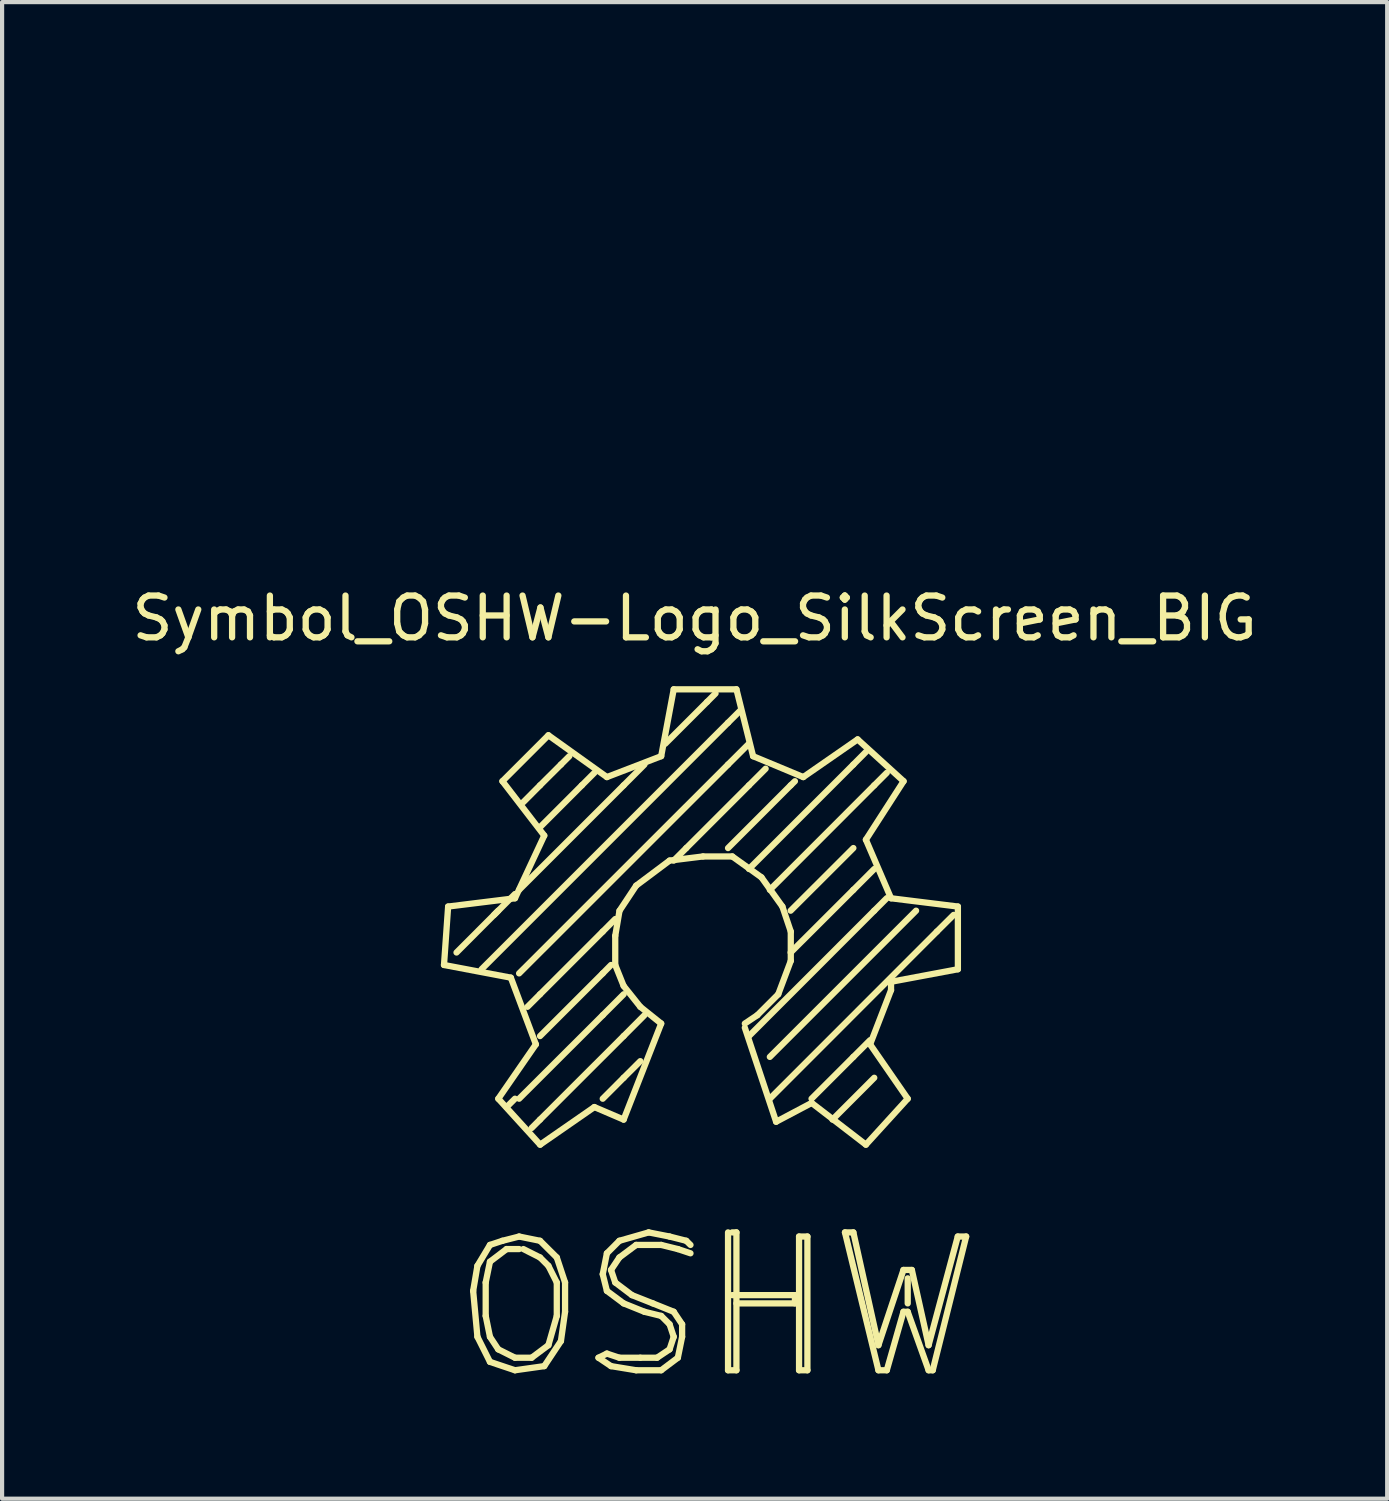
<source format=kicad_pcb>
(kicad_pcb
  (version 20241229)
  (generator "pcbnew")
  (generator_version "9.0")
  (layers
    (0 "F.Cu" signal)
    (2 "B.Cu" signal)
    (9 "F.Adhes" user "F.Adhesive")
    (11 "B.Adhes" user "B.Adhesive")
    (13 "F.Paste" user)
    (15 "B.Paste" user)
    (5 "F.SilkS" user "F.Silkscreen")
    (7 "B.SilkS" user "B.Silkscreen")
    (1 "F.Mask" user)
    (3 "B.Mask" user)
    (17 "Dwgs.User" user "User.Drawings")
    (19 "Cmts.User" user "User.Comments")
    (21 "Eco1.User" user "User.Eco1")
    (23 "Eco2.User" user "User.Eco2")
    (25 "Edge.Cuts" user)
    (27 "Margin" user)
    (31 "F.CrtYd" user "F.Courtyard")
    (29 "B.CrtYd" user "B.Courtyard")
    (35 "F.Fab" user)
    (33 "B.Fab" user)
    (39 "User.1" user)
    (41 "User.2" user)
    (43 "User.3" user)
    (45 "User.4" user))
  (footprint "Symbol_OSHW-Logo_SilkScreen_BIG"
    (layer "F.Cu")
    (at 13.877 0.25)
    (property "Reference" "Symbol_OSHW-Logo_SilkScreen_BIG" (at -0.3 11.501 0) (layer "F.SilkS") (effects (font (size 1 1) (thickness 0.15))))
    (attr through_hole)
    (fp_line (start -6.299 19.799) (end -4.699 20.102) (stroke (width 0.15) (type solid)) (layer "F.SilkS"))
    (fp_line (start -6.2 18.4) (end -6.299 19.799) (stroke (width 0.15) (type solid)) (layer "F.SilkS"))
    (fp_line (start -5.601 27.6) (end -5.499 28.699) (stroke (width 0.15) (type solid)) (layer "F.SilkS"))
    (fp_line (start -5.499 27) (end -5.601 27.6) (stroke (width 0.15) (type solid)) (layer "F.SilkS"))
    (fp_line (start -5.499 28.699) (end -5.199 29.299) (stroke (width 0.15) (type solid)) (layer "F.SilkS"))
    (fp_line (start -5.301 27.399) (end -5.301 28.199) (stroke (width 0.15) (type solid)) (layer "F.SilkS"))
    (fp_line (start -5.301 28.199) (end -5.199 28.699) (stroke (width 0.15) (type solid)) (layer "F.SilkS"))
    (fp_line (start -5.199 26.5) (end -5.499 27) (stroke (width 0.15) (type solid)) (layer "F.SilkS"))
    (fp_line (start -5.199 26.901) (end -5.301 27.399) (stroke (width 0.15) (type solid)) (layer "F.SilkS"))
    (fp_line (start -5.199 28.699) (end -5.001 28.999) (stroke (width 0.15) (type solid)) (layer "F.SilkS"))
    (fp_line (start -5.199 29.299) (end -4.6 29.5) (stroke (width 0.15) (type solid)) (layer "F.SilkS"))
    (fp_line (start -5.1 18.6) (end -4.6 18.1) (stroke (width 0.15) (type solid)) (layer "F.SilkS"))
    (fp_line (start -5.001 18.499) (end -5.999 19.5) (stroke (width 0.15) (type solid)) (layer "F.SilkS"))
    (fp_line (start -5.001 28.999) (end -4.6 29.2) (stroke (width 0.15) (type solid)) (layer "F.SilkS"))
    (fp_line (start -4.999 23) (end -3.998 24.1) (stroke (width 0.15) (type solid)) (layer "F.SilkS"))
    (fp_line (start -4.9 15.4) (end -3.899 16.701) (stroke (width 0.15) (type solid)) (layer "F.SilkS"))
    (fp_line (start -4.9 26.401) (end -5.199 26.5) (stroke (width 0.15) (type solid)) (layer "F.SilkS"))
    (fp_line (start -4.801 26.599) (end -5.199 26.901) (stroke (width 0.15) (type solid)) (layer "F.SilkS"))
    (fp_line (start -4.699 20.102) (end -4.1 21.699) (stroke (width 0.15) (type solid)) (layer "F.SilkS"))
    (fp_line (start -4.6 18.202) (end -6.2 18.4) (stroke (width 0.15) (type solid)) (layer "F.SilkS"))
    (fp_line (start -4.6 23) (end -4.801 23.2) (stroke (width 0.15) (type solid)) (layer "F.SilkS"))
    (fp_line (start -4.6 29.2) (end -4.201 29.2) (stroke (width 0.15) (type solid)) (layer "F.SilkS"))
    (fp_line (start -4.6 29.5) (end -3.899 29.401) (stroke (width 0.15) (type solid)) (layer "F.SilkS"))
    (fp_line (start -4.501 26.299) (end -4.9 26.401) (stroke (width 0.15) (type solid)) (layer "F.SilkS"))
    (fp_line (start -4.501 26.599) (end -4.801 26.599) (stroke (width 0.15) (type solid)) (layer "F.SilkS"))
    (fp_line (start -4.201 29.2) (end -3.8 28.9) (stroke (width 0.15) (type solid)) (layer "F.SilkS"))
    (fp_line (start -4.1 21.699) (end -4.999 23) (stroke (width 0.15) (type solid)) (layer "F.SilkS"))
    (fp_line (start -4 15.499) (end -4.399 15.9) (stroke (width 0.15) (type solid)) (layer "F.SilkS"))
    (fp_line (start -4 20.5) (end -4.3 20.8) (stroke (width 0.15) (type solid)) (layer "F.SilkS"))
    (fp_line (start -4 23.5) (end -4.201 23.701) (stroke (width 0.15) (type solid)) (layer "F.SilkS"))
    (fp_line (start -4 26.401) (end -4.501 26.299) (stroke (width 0.15) (type solid)) (layer "F.SilkS"))
    (fp_line (start -4 26.8) (end -4.399 26.599) (stroke (width 0.15) (type solid)) (layer "F.SilkS"))
    (fp_line (start -3.998 24.1) (end -2.7 23.2) (stroke (width 0.15) (type solid)) (layer "F.SilkS"))
    (fp_line (start -3.899 16.701) (end -4.6 18.202) (stroke (width 0.15) (type solid)) (layer "F.SilkS"))
    (fp_line (start -3.899 29.401) (end -3.5 28.801) (stroke (width 0.15) (type solid)) (layer "F.SilkS"))
    (fp_line (start -3.8 14.3) (end -4.9 15.4) (stroke (width 0.15) (type solid)) (layer "F.SilkS"))
    (fp_line (start -3.8 27) (end -4 26.8) (stroke (width 0.15) (type solid)) (layer "F.SilkS"))
    (fp_line (start -3.8 28.9) (end -3.599 28.199) (stroke (width 0.15) (type solid)) (layer "F.SilkS"))
    (fp_line (start -3.599 26.8) (end -4 26.401) (stroke (width 0.15) (type solid)) (layer "F.SilkS"))
    (fp_line (start -3.599 27.399) (end -3.8 27) (stroke (width 0.15) (type solid)) (layer "F.SilkS"))
    (fp_line (start -3.599 28.199) (end -3.599 27.399) (stroke (width 0.15) (type solid)) (layer "F.SilkS"))
    (fp_line (start -3.5 15.001) (end -4 15.499) (stroke (width 0.15) (type solid)) (layer "F.SilkS"))
    (fp_line (start -3.5 15.001) (end -3.299 14.801) (stroke (width 0.15) (type solid)) (layer "F.SilkS"))
    (fp_line (start -3.5 28.801) (end -3.401 28.1) (stroke (width 0.15) (type solid)) (layer "F.SilkS"))
    (fp_line (start -3.401 27.399) (end -3.599 26.8) (stroke (width 0.15) (type solid)) (layer "F.SilkS"))
    (fp_line (start -3.401 28.1) (end -3.401 27.399) (stroke (width 0.15) (type solid)) (layer "F.SilkS"))
    (fp_line (start -3 15.499) (end -4 16.5) (stroke (width 0.15) (type solid)) (layer "F.SilkS"))
    (fp_line (start -3 15.499) (end -2.7 15.199) (stroke (width 0.15) (type solid)) (layer "F.SilkS"))
    (fp_line (start -2.7 23.2) (end -1.999 23.5) (stroke (width 0.15) (type solid)) (layer "F.SilkS"))
    (fp_line (start -2.601 29.2) (end -2.301 29.401) (stroke (width 0.15) (type solid)) (layer "F.SilkS"))
    (fp_line (start -2.499 18.999) (end -4 20.5) (stroke (width 0.15) (type solid)) (layer "F.SilkS"))
    (fp_line (start -2.499 18.999) (end -2.2 18.699) (stroke (width 0.15) (type solid)) (layer "F.SilkS"))
    (fp_line (start -2.499 20) (end -4 21.501) (stroke (width 0.15) (type solid)) (layer "F.SilkS"))
    (fp_line (start -2.499 20) (end -2.301 19.799) (stroke (width 0.15) (type solid)) (layer "F.SilkS"))
    (fp_line (start -2.499 21.001) (end -4.501 23) (stroke (width 0.15) (type solid)) (layer "F.SilkS"))
    (fp_line (start -2.499 21.001) (end -1.999 20.5) (stroke (width 0.15) (type solid)) (layer "F.SilkS"))
    (fp_line (start -2.499 27.201) (end -2.4 27.6) (stroke (width 0.15) (type solid)) (layer "F.SilkS"))
    (fp_line (start -2.4 15.301) (end -3.8 14.3) (stroke (width 0.15) (type solid)) (layer "F.SilkS"))
    (fp_line (start -2.4 26.7) (end -2.499 27.201) (stroke (width 0.15) (type solid)) (layer "F.SilkS"))
    (fp_line (start -2.4 27.6) (end -1.999 27.899) (stroke (width 0.15) (type solid)) (layer "F.SilkS"))
    (fp_line (start -2.4 29.101) (end -2.601 29.2) (stroke (width 0.15) (type solid)) (layer "F.SilkS"))
    (fp_line (start -2.301 27.099) (end -2.101 26.8) (stroke (width 0.15) (type solid)) (layer "F.SilkS"))
    (fp_line (start -2.301 29.401) (end -1.699 29.5) (stroke (width 0.15) (type solid)) (layer "F.SilkS"))
    (fp_line (start -2.2 19.101) (end -2.098 18.501) (stroke (width 0.15) (type solid)) (layer "F.SilkS"))
    (fp_line (start -2.2 19.799) (end -2.2 19.101) (stroke (width 0.15) (type solid)) (layer "F.SilkS"))
    (fp_line (start -2.2 27.399) (end -2.301 27.099) (stroke (width 0.15) (type solid)) (layer "F.SilkS"))
    (fp_line (start -2.101 26.401) (end -2.4 26.7) (stroke (width 0.15) (type solid)) (layer "F.SilkS"))
    (fp_line (start -2.101 26.8) (end -1.699 26.5) (stroke (width 0.15) (type solid)) (layer "F.SilkS"))
    (fp_line (start -2.101 29.2) (end -2.4 29.101) (stroke (width 0.15) (type solid)) (layer "F.SilkS"))
    (fp_line (start -2.098 18.501) (end -1.699 17.899) (stroke (width 0.15) (type solid)) (layer "F.SilkS"))
    (fp_line (start -1.999 15.499) (end -4.501 18.001) (stroke (width 0.15) (type solid)) (layer "F.SilkS"))
    (fp_line (start -1.999 15.499) (end -1.501 15.001) (stroke (width 0.15) (type solid)) (layer "F.SilkS"))
    (fp_line (start -1.999 20.3) (end -2.2 19.799) (stroke (width 0.15) (type solid)) (layer "F.SilkS"))
    (fp_line (start -1.999 21.501) (end -4 23.5) (stroke (width 0.15) (type solid)) (layer "F.SilkS"))
    (fp_line (start -1.999 21.501) (end -1.501 21.001) (stroke (width 0.15) (type solid)) (layer "F.SilkS"))
    (fp_line (start -1.999 22.499) (end -2.499 23) (stroke (width 0.15) (type solid)) (layer "F.SilkS"))
    (fp_line (start -1.999 22.499) (end -1.6 22.101) (stroke (width 0.15) (type solid)) (layer "F.SilkS"))
    (fp_line (start -1.999 23.5) (end -1.1 21.201) (stroke (width 0.15) (type solid)) (layer "F.SilkS"))
    (fp_line (start -1.999 27.899) (end -1.501 28.1) (stroke (width 0.15) (type solid)) (layer "F.SilkS"))
    (fp_line (start -1.801 27.701) (end -2.2 27.399) (stroke (width 0.15) (type solid)) (layer "F.SilkS"))
    (fp_line (start -1.699 17.899) (end -0.899 17.3) (stroke (width 0.15) (type solid)) (layer "F.SilkS"))
    (fp_line (start -1.699 26.5) (end -1.1 26.5) (stroke (width 0.15) (type solid)) (layer "F.SilkS"))
    (fp_line (start -1.699 29.5) (end -1.1 29.5) (stroke (width 0.15) (type solid)) (layer "F.SilkS"))
    (fp_line (start -1.6 20.8) (end -1.999 20.3) (stroke (width 0.15) (type solid)) (layer "F.SilkS"))
    (fp_line (start -1.6 29.2) (end -2.101 29.2) (stroke (width 0.15) (type solid)) (layer "F.SilkS"))
    (fp_line (start -1.501 28.1) (end -1.1 28.199) (stroke (width 0.15) (type solid)) (layer "F.SilkS"))
    (fp_line (start -1.4 26.2) (end -2.101 26.401) (stroke (width 0.15) (type solid)) (layer "F.SilkS"))
    (fp_line (start -1.3 27.899) (end -1.801 27.701) (stroke (width 0.15) (type solid)) (layer "F.SilkS"))
    (fp_line (start -1.199 29.2) (end -1.6 29.2) (stroke (width 0.15) (type solid)) (layer "F.SilkS"))
    (fp_line (start -1.1 14.801) (end -2.4 15.301) (stroke (width 0.15) (type solid)) (layer "F.SilkS"))
    (fp_line (start -1.1 21.201) (end -1.6 20.8) (stroke (width 0.15) (type solid)) (layer "F.SilkS"))
    (fp_line (start -1.1 26.5) (end -0.701 26.599) (stroke (width 0.15) (type solid)) (layer "F.SilkS"))
    (fp_line (start -1.1 28.199) (end -0.899 28.4) (stroke (width 0.15) (type solid)) (layer "F.SilkS"))
    (fp_line (start -1.1 29.5) (end -0.701 29.2) (stroke (width 0.15) (type solid)) (layer "F.SilkS"))
    (fp_line (start -0.899 17.3) (end -0.099 17.201) (stroke (width 0.15) (type solid)) (layer "F.SilkS"))
    (fp_line (start -0.899 26.299) (end -1.4 26.2) (stroke (width 0.15) (type solid)) (layer "F.SilkS"))
    (fp_line (start -0.899 28.4) (end -0.8 28.699) (stroke (width 0.15) (type solid)) (layer "F.SilkS"))
    (fp_line (start -0.899 28.999) (end -1.199 29.2) (stroke (width 0.15) (type solid)) (layer "F.SilkS"))
    (fp_line (start -0.8 13.2) (end -1.1 14.801) (stroke (width 0.15) (type solid)) (layer "F.SilkS"))
    (fp_line (start -0.8 28.1) (end -1.3 27.899) (stroke (width 0.15) (type solid)) (layer "F.SilkS"))
    (fp_line (start -0.8 28.699) (end -0.899 28.999) (stroke (width 0.15) (type solid)) (layer "F.SilkS"))
    (fp_line (start -0.701 26.599) (end -0.399 26.7) (stroke (width 0.15) (type solid)) (layer "F.SilkS"))
    (fp_line (start -0.701 29.2) (end -0.599 28.699) (stroke (width 0.15) (type solid)) (layer "F.SilkS"))
    (fp_line (start -0.599 28.4) (end -0.8 28.1) (stroke (width 0.15) (type solid)) (layer "F.SilkS"))
    (fp_line (start -0.599 28.699) (end -0.599 28.4) (stroke (width 0.15) (type solid)) (layer "F.SilkS"))
    (fp_line (start -0.5 17) (end -0.8 17.3) (stroke (width 0.15) (type solid)) (layer "F.SilkS"))
    (fp_line (start -0.5 26.401) (end -0.899 26.299) (stroke (width 0.15) (type solid)) (layer "F.SilkS"))
    (fp_line (start -0.399 26.5) (end -0.5 26.401) (stroke (width 0.15) (type solid)) (layer "F.SilkS"))
    (fp_line (start -0.099 17.201) (end 0.602 17.201) (stroke (width 0.15) (type solid)) (layer "F.SilkS"))
    (fp_line (start 0 13.5) (end -1.001 14.501) (stroke (width 0.15) (type solid)) (layer "F.SilkS"))
    (fp_line (start 0 13.5) (end 0.201 13.299) (stroke (width 0.15) (type solid)) (layer "F.SilkS"))
    (fp_line (start 0.5 14) (end -5.4 19.901) (stroke (width 0.15) (type solid)) (layer "F.SilkS"))
    (fp_line (start 0.5 14) (end 0.8 13.701) (stroke (width 0.15) (type solid)) (layer "F.SilkS"))
    (fp_line (start 0.5 15.001) (end -4.501 20) (stroke (width 0.15) (type solid)) (layer "F.SilkS"))
    (fp_line (start 0.5 15.001) (end 1.001 14.501) (stroke (width 0.15) (type solid)) (layer "F.SilkS"))
    (fp_line (start 0.5 26.2) (end 0.5 29.5) (stroke (width 0.15) (type solid)) (layer "F.SilkS"))
    (fp_line (start 0.5 29.5) (end 0.701 29.5) (stroke (width 0.15) (type solid)) (layer "F.SilkS"))
    (fp_line (start 0.599 27.701) (end 2.101 27.701) (stroke (width 0.15) (type solid)) (layer "F.SilkS"))
    (fp_line (start 0.602 17.201) (end 1.3 17.701) (stroke (width 0.15) (type solid)) (layer "F.SilkS"))
    (fp_line (start 0.701 13.2) (end -0.8 13.2) (stroke (width 0.15) (type solid)) (layer "F.SilkS"))
    (fp_line (start 0.701 26.2) (end 0.599 26.2) (stroke (width 0.15) (type solid)) (layer "F.SilkS"))
    (fp_line (start 0.701 29.5) (end 0.701 26.2) (stroke (width 0.15) (type solid)) (layer "F.SilkS"))
    (fp_line (start 0.902 21.3) (end 1.651 23.551) (stroke (width 0.15) (type solid)) (layer "F.SilkS"))
    (fp_line (start 1.001 15.499) (end -0.5 17) (stroke (width 0.15) (type solid)) (layer "F.SilkS"))
    (fp_line (start 1.001 15.499) (end 1.4 15.1) (stroke (width 0.15) (type solid)) (layer "F.SilkS"))
    (fp_line (start 1.1 14.801) (end 0.701 13.2) (stroke (width 0.15) (type solid)) (layer "F.SilkS"))
    (fp_line (start 1.201 21.001) (end 0.902 21.201) (stroke (width 0.15) (type solid)) (layer "F.SilkS"))
    (fp_line (start 1.3 17.701) (end 1.801 18.4) (stroke (width 0.15) (type solid)) (layer "F.SilkS"))
    (fp_line (start 1.651 23.551) (end 2.502 23.101) (stroke (width 0.15) (type solid)) (layer "F.SilkS"))
    (fp_line (start 1.702 20.5) (end 1.201 21.001) (stroke (width 0.15) (type solid)) (layer "F.SilkS"))
    (fp_line (start 1.801 18.4) (end 2.002 18.999) (stroke (width 0.15) (type solid)) (layer "F.SilkS"))
    (fp_line (start 1.999 15.499) (end 0.5 17) (stroke (width 0.15) (type solid)) (layer "F.SilkS"))
    (fp_line (start 1.999 15.499) (end 2.101 15.4) (stroke (width 0.15) (type solid)) (layer "F.SilkS"))
    (fp_line (start 2.002 18.999) (end 2.002 19.7) (stroke (width 0.15) (type solid)) (layer "F.SilkS"))
    (fp_line (start 2.002 19.7) (end 1.702 20.5) (stroke (width 0.15) (type solid)) (layer "F.SilkS"))
    (fp_line (start 2.101 27.701) (end 2.101 27.899) (stroke (width 0.15) (type solid)) (layer "F.SilkS"))
    (fp_line (start 2.101 27.899) (end 0.701 27.899) (stroke (width 0.15) (type solid)) (layer "F.SilkS"))
    (fp_line (start 2.2 26.299) (end 2.2 29.5) (stroke (width 0.15) (type solid)) (layer "F.SilkS"))
    (fp_line (start 2.2 29.5) (end 2.4 29.5) (stroke (width 0.15) (type solid)) (layer "F.SilkS"))
    (fp_line (start 2.301 15.301) (end 1.1 14.801) (stroke (width 0.15) (type solid)) (layer "F.SilkS"))
    (fp_line (start 2.4 26.299) (end 2.2 26.299) (stroke (width 0.15) (type solid)) (layer "F.SilkS"))
    (fp_line (start 2.4 29.5) (end 2.4 26.299) (stroke (width 0.15) (type solid)) (layer "F.SilkS"))
    (fp_line (start 2.502 23.101) (end 3.8 24.1) (stroke (width 0.15) (type solid)) (layer "F.SilkS"))
    (fp_line (start 3.299 26.2) (end 4.1 29.5) (stroke (width 0.15) (type solid)) (layer "F.SilkS"))
    (fp_line (start 3.5 15.001) (end 1.001 17.501) (stroke (width 0.15) (type solid)) (layer "F.SilkS"))
    (fp_line (start 3.5 15.001) (end 3.8 14.699) (stroke (width 0.15) (type solid)) (layer "F.SilkS"))
    (fp_line (start 3.5 17) (end 1.999 18.499) (stroke (width 0.15) (type solid)) (layer "F.SilkS"))
    (fp_line (start 3.5 18.001) (end 1.999 19.5) (stroke (width 0.15) (type solid)) (layer "F.SilkS"))
    (fp_line (start 3.5 18.001) (end 4 17.501) (stroke (width 0.15) (type solid)) (layer "F.SilkS"))
    (fp_line (start 3.5 21.999) (end 2.499 23) (stroke (width 0.15) (type solid)) (layer "F.SilkS"))
    (fp_line (start 3.5 21.999) (end 3.899 21.6) (stroke (width 0.15) (type solid)) (layer "F.SilkS"))
    (fp_line (start 3.5 26.2) (end 3.299 26.2) (stroke (width 0.15) (type solid)) (layer "F.SilkS"))
    (fp_line (start 3.602 14.399) (end 2.301 15.301) (stroke (width 0.15) (type solid)) (layer "F.SilkS"))
    (fp_line (start 3.8 16.8) (end 4.702 15.4) (stroke (width 0.15) (type solid)) (layer "F.SilkS"))
    (fp_line (start 3.8 24.1) (end 4.801 23) (stroke (width 0.15) (type solid)) (layer "F.SilkS"))
    (fp_line (start 3.901 21.699) (end 4.402 20.401) (stroke (width 0.15) (type solid)) (layer "F.SilkS"))
    (fp_line (start 4 15.499) (end 1.501 18.001) (stroke (width 0.15) (type solid)) (layer "F.SilkS"))
    (fp_line (start 4 15.499) (end 4.3 15.199) (stroke (width 0.15) (type solid)) (layer "F.SilkS"))
    (fp_line (start 4 18.499) (end 1.001 21.501) (stroke (width 0.15) (type solid)) (layer "F.SilkS"))
    (fp_line (start 4 18.499) (end 4.3 18.199) (stroke (width 0.15) (type solid)) (layer "F.SilkS"))
    (fp_line (start 4 22.499) (end 3 23.5) (stroke (width 0.15) (type solid)) (layer "F.SilkS"))
    (fp_line (start 4.1 28.9) (end 3.5 26.2) (stroke (width 0.15) (type solid)) (layer "F.SilkS"))
    (fp_line (start 4.1 29.5) (end 4.3 29.5) (stroke (width 0.15) (type solid)) (layer "F.SilkS"))
    (fp_line (start 4.3 29.5) (end 4.699 28.1) (stroke (width 0.15) (type solid)) (layer "F.SilkS"))
    (fp_line (start 4.402 18.202) (end 3.8 16.8) (stroke (width 0.15) (type solid)) (layer "F.SilkS"))
    (fp_line (start 4.402 20.201) (end 6.002 19.901) (stroke (width 0.15) (type solid)) (layer "F.SilkS"))
    (fp_line (start 4.402 20.401) (end 4.402 20.201) (stroke (width 0.15) (type solid)) (layer "F.SilkS"))
    (fp_line (start 4.699 27.099) (end 4.1 28.9) (stroke (width 0.15) (type solid)) (layer "F.SilkS"))
    (fp_line (start 4.699 28.1) (end 4.801 28.1) (stroke (width 0.15) (type solid)) (layer "F.SilkS"))
    (fp_line (start 4.702 15.4) (end 3.602 14.399) (stroke (width 0.15) (type solid)) (layer "F.SilkS"))
    (fp_line (start 4.801 23) (end 3.901 21.699) (stroke (width 0.15) (type solid)) (layer "F.SilkS"))
    (fp_line (start 4.801 27.3) (end 4.801 27.899) (stroke (width 0.15) (type solid)) (layer "F.SilkS"))
    (fp_line (start 4.801 28.1) (end 5.301 29.5) (stroke (width 0.15) (type solid)) (layer "F.SilkS"))
    (fp_line (start 4.9 27.099) (end 4.699 27.099) (stroke (width 0.15) (type solid)) (layer "F.SilkS"))
    (fp_line (start 5.001 18.499) (end 1.501 21.999) (stroke (width 0.15) (type solid)) (layer "F.SilkS"))
    (fp_line (start 5.301 28.9) (end 4.9 27.099) (stroke (width 0.15) (type solid)) (layer "F.SilkS"))
    (fp_line (start 5.301 29.5) (end 5.4 29.5) (stroke (width 0.15) (type solid)) (layer "F.SilkS"))
    (fp_line (start 5.4 29.5) (end 6.2 26.299) (stroke (width 0.15) (type solid)) (layer "F.SilkS"))
    (fp_line (start 5.499 18.999) (end 1.501 23) (stroke (width 0.15) (type solid)) (layer "F.SilkS"))
    (fp_line (start 5.499 18.999) (end 5.9 18.6) (stroke (width 0.15) (type solid)) (layer "F.SilkS"))
    (fp_line (start 5.999 26.299) (end 5.301 28.9) (stroke (width 0.15) (type solid)) (layer "F.SilkS"))
    (fp_line (start 6.002 18.4) (end 4.402 18.202) (stroke (width 0.15) (type solid)) (layer "F.SilkS"))
    (fp_line (start 6.002 19.901) (end 6.002 18.4) (stroke (width 0.15) (type solid)) (layer "F.SilkS"))
    (fp_line (start 6.2 26.299) (end 5.999 26.299) (stroke (width 0.15) (type solid)) (layer "F.SilkS")))
  (gr_rect
    (start -3 -3)
    (end 30.155 32.825)
    (stroke (width 0.1) (type default))
    (fill no)
    (layer "Edge.Cuts")))
</source>
